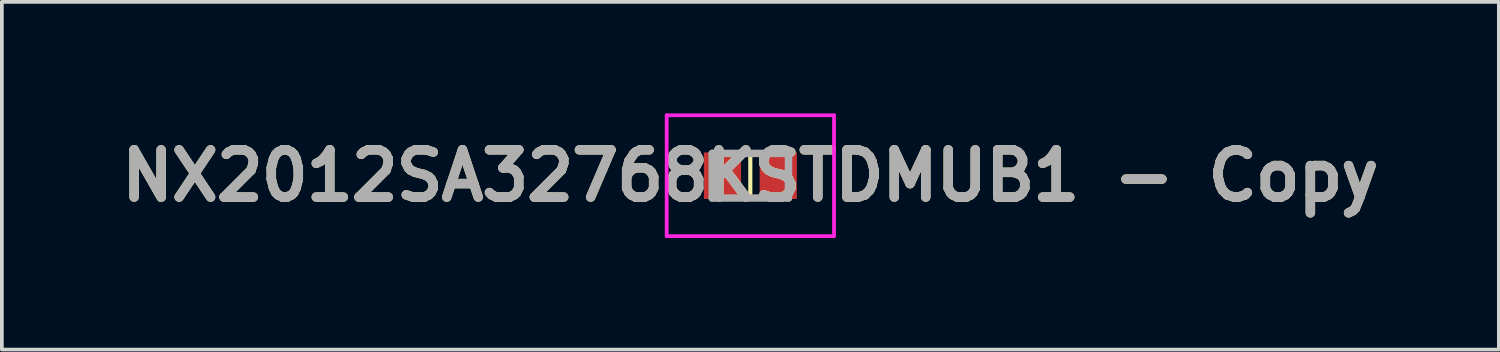
<source format=kicad_pcb>
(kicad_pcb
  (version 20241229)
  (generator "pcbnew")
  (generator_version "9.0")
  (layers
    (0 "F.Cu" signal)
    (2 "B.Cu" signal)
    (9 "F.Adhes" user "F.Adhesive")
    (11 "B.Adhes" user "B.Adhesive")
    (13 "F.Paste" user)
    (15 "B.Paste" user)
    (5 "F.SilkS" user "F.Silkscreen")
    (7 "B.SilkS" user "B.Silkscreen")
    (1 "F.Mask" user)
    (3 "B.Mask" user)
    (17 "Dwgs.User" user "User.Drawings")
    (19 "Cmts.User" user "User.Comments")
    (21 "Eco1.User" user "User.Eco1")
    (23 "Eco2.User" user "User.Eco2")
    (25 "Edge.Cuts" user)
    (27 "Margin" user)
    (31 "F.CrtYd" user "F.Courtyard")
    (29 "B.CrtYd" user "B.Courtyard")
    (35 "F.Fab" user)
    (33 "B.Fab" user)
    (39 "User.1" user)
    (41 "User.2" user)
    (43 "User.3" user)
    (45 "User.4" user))
  (footprint "NX2012SA32768KSTDMUB1 - Copy"
    (layer "F.Cu")
    (at 17.127 1.675)
    (property "Reference" "NX2012SA32768KSTDMUB1 - Copy" (at 0 0 0) (layer "F.SilkS") (effects (font (size 1.27 1.27) (thickness 0.254))))
    (attr smd)
    (fp_line (start 0 -0.6) (end 0 0.6) (stroke (width 0.1) (type solid)) (layer "F.SilkS"))
    (fp_line (start 0 0.6) (end 0 -0.6) (stroke (width 0.1) (type solid)) (layer "F.SilkS"))
    (fp_line (start -2.25 -1.625) (end 2.25 -1.625) (stroke (width 0.1) (type solid)) (layer "F.CrtYd"))
    (fp_line (start -2.25 1.625) (end -2.25 -1.625) (stroke (width 0.1) (type solid)) (layer "F.CrtYd"))
    (fp_line (start 2.25 -1.625) (end 2.25 1.625) (stroke (width 0.1) (type solid)) (layer "F.CrtYd"))
    (fp_line (start 2.25 1.625) (end -2.25 1.625) (stroke (width 0.1) (type solid)) (layer "F.CrtYd"))
    (fp_line (start -1.025 -0.6) (end 1.025 -0.6) (stroke (width 0.2) (type solid)) (layer "F.Fab"))
    (fp_line (start -1.025 0.6) (end -1.025 -0.6) (stroke (width 0.2) (type solid)) (layer "F.Fab"))
    (fp_line (start 1.025 -0.6) (end 1.025 0.6) (stroke (width 0.2) (type solid)) (layer "F.Fab"))
    (fp_line (start 1.025 0.6) (end -1.025 0.6) (stroke (width 0.2) (type solid)) (layer "F.Fab"))
    (fp_text user "${REFERENCE}" (at 0 0 0) (layer "F.Fab") (effects (font (size 1.27 1.27) (thickness 0.254))))
    (pad "1" smd rect (at -0.75 0) (size 1 1.25) (layers "F.Cu" "F.Mask" "F.Paste"))
    (pad "2" smd rect (at 0.75 0) (size 1 1.25) (layers "F.Cu" "F.Mask" "F.Paste")))
  (gr_rect
    (start -3 -3)
    (end 37.254 6.35)
    (stroke (width 0.1) (type default))
    (fill no)
    (layer "Edge.Cuts")))
</source>
